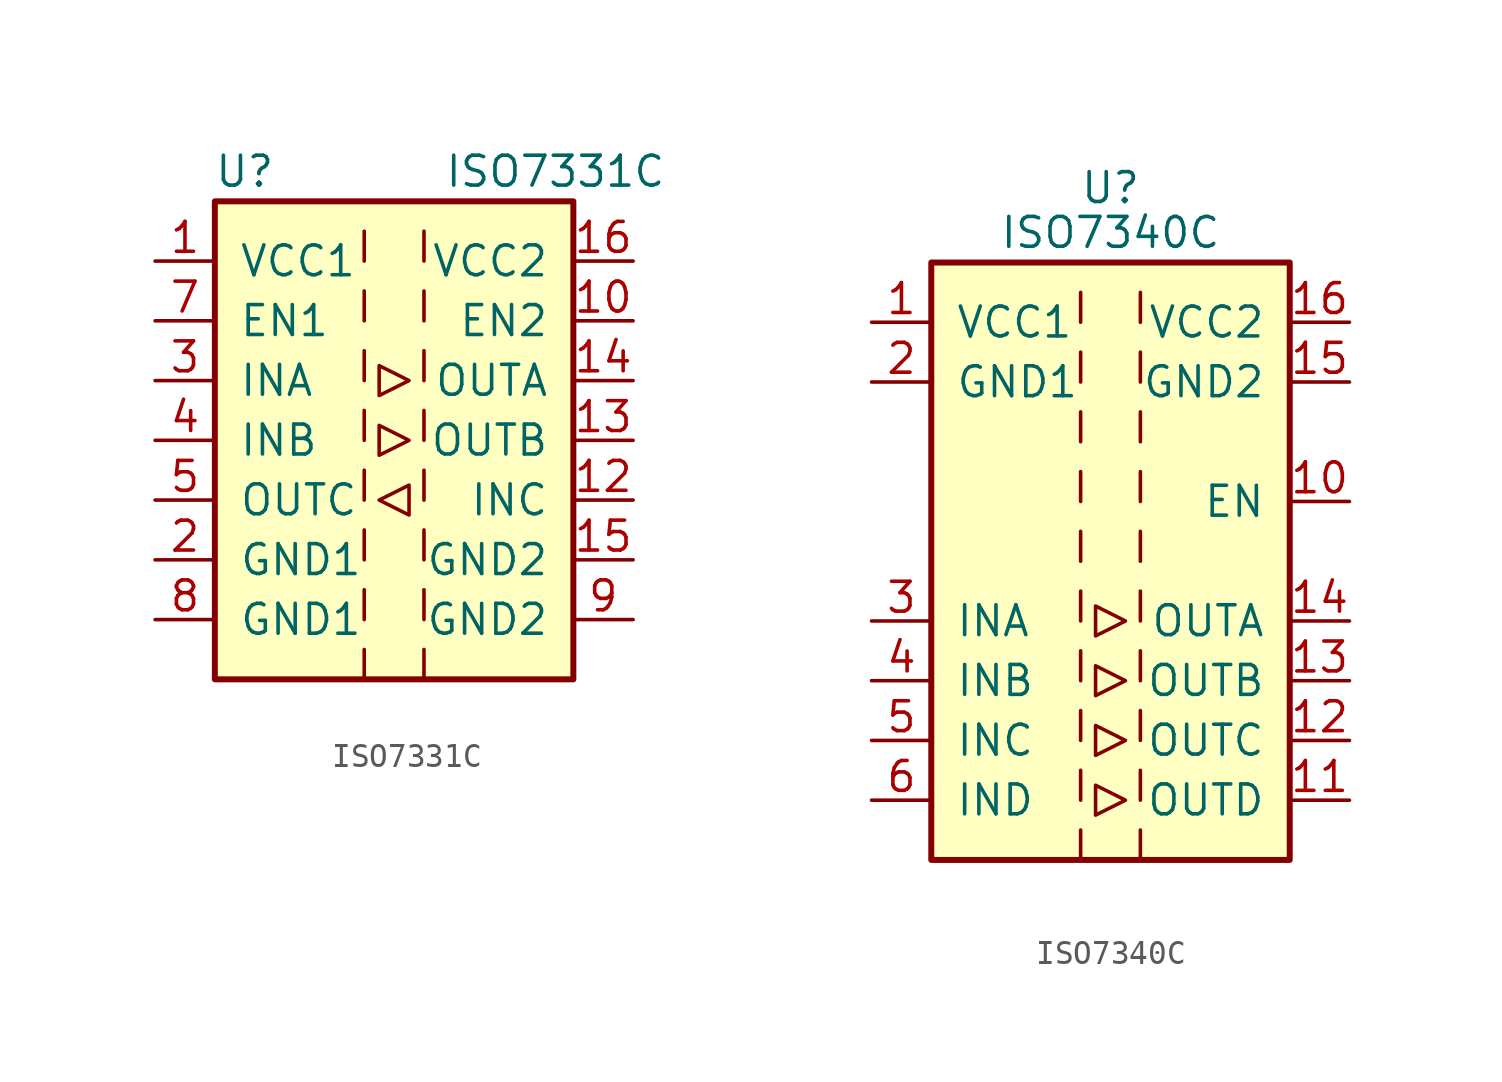
<source format=kicad_sym>
(kicad_symbol_lib
  (version 20201005)
  (generator kicad_symbol_editor)
  (symbol "ISO7331C"
    (pin_names
      (offset 1.016))
    (property "Reference" "U"
      (at -6.35 11.43 0)
      (effects (font (size 1.27 1.27))))
    (property "Value" "ISO7331C"
      (at 6.858 11.43 0)
      (effects (font (size 1.27 1.27))))
    (symbol "ISO7331C_0_1"
      (rectangle (start -7.62 10.16) (end 7.62 -10.16) (stroke (width 0.254)) (fill (type background)))
      (polyline (pts (xy -1.27 -8.89) (xy -1.27 -10.16)) (stroke (width 0)) (fill (type none)))
      (polyline (pts (xy -1.27 -6.35) (xy -1.27 -7.62)) (stroke (width 0)) (fill (type none)))
      (polyline (pts (xy -1.27 -3.81) (xy -1.27 -5.08)) (stroke (width 0)) (fill (type none)))
      (polyline (pts (xy -1.27 -1.27) (xy -1.27 -2.54)) (stroke (width 0)) (fill (type none)))
      (polyline (pts (xy -1.27 1.27) (xy -1.27 0)) (stroke (width 0)) (fill (type none)))
      (polyline (pts (xy -1.27 3.81) (xy -1.27 2.54)) (stroke (width 0)) (fill (type none)))
      (polyline (pts (xy -1.27 6.35) (xy -1.27 5.08)) (stroke (width 0)) (fill (type none)))
      (polyline (pts (xy -1.27 8.89) (xy -1.27 7.62)) (stroke (width 0)) (fill (type none)))
      (polyline (pts (xy 1.27 -8.89) (xy 1.27 -10.16)) (stroke (width 0)) (fill (type none)))
      (polyline (pts (xy 1.27 -6.35) (xy 1.27 -7.62)) (stroke (width 0)) (fill (type none)))
      (polyline (pts (xy 1.27 -3.81) (xy 1.27 -5.08)) (stroke (width 0)) (fill (type none)))
      (polyline (pts (xy 1.27 -1.27) (xy 1.27 -2.54)) (stroke (width 0)) (fill (type none)))
      (polyline (pts (xy 1.27 1.27) (xy 1.27 0)) (stroke (width 0)) (fill (type none)))
      (polyline (pts (xy 1.27 3.81) (xy 1.27 2.54)) (stroke (width 0)) (fill (type none)))
      (polyline (pts (xy 1.27 6.35) (xy 1.27 5.08)) (stroke (width 0)) (fill (type none)))
      (polyline (pts (xy 1.27 8.89) (xy 1.27 7.62)) (stroke (width 0)) (fill (type none)))
      (polyline (pts (xy -0.635 -2.54) (xy 0.635 -1.905) (xy 0.635 -3.175) (xy -0.635 -2.54)) (stroke (width 0)) (fill (type none)))
      (polyline (pts (xy -0.635 0.635) (xy -0.635 -0.635) (xy 0.635 0) (xy -0.635 0.635)) (stroke (width 0)) (fill (type none)))
      (polyline (pts (xy -0.635 3.175) (xy -0.635 1.905) (xy 0.635 2.54) (xy -0.635 3.175)) (stroke (width 0)) (fill (type none))))
    (symbol "ISO7331C_1_1"
      (pin power_in line (at -10.16 7.62 0) (length 2.54) (name "VCC1" (effects (font (size 1.27 1.27)))) (number "1" (effects (font (size 1.27 1.27)))))
      (pin input line (at 10.16 5.08 180) (length 2.54) (name "EN2" (effects (font (size 1.27 1.27)))) (number "10" (effects (font (size 1.27 1.27)))))
      (pin no_connect line (at 0 10.16 270) (length 2.54) hide (name "NC" (effects (font (size 1.27 1.27)))) (number "11" (effects (font (size 1.27 1.27)))))
      (pin input line (at 10.16 -2.54 180) (length 2.54) (name "INC" (effects (font (size 1.27 1.27)))) (number "12" (effects (font (size 1.27 1.27)))))
      (pin output line (at 10.16 0 180) (length 2.54) (name "OUTB" (effects (font (size 1.27 1.27)))) (number "13" (effects (font (size 1.27 1.27)))))
      (pin output line (at 10.16 2.54 180) (length 2.54) (name "OUTA" (effects (font (size 1.27 1.27)))) (number "14" (effects (font (size 1.27 1.27)))))
      (pin power_in line (at 10.16 -5.08 180) (length 2.54) (name "GND2" (effects (font (size 1.27 1.27)))) (number "15" (effects (font (size 1.27 1.27)))))
      (pin power_in line (at 10.16 7.62 180) (length 2.54) (name "VCC2" (effects (font (size 1.27 1.27)))) (number "16" (effects (font (size 1.27 1.27)))))
      (pin power_in line (at -10.16 -5.08 0) (length 2.54) (name "GND1" (effects (font (size 1.27 1.27)))) (number "2" (effects (font (size 1.27 1.27)))))
      (pin input line (at -10.16 2.54 0) (length 2.54) (name "INA" (effects (font (size 1.27 1.27)))) (number "3" (effects (font (size 1.27 1.27)))))
      (pin input line (at -10.16 0 0) (length 2.54) (name "INB" (effects (font (size 1.27 1.27)))) (number "4" (effects (font (size 1.27 1.27)))))
      (pin output line (at -10.16 -2.54 0) (length 2.54) (name "OUTC" (effects (font (size 1.27 1.27)))) (number "5" (effects (font (size 1.27 1.27)))))
      (pin no_connect line (at 0 -10.16 90) (length 2.54) hide (name "NC" (effects (font (size 1.27 1.27)))) (number "6" (effects (font (size 1.27 1.27)))))
      (pin input line (at -10.16 5.08 0) (length 2.54) (name "EN1" (effects (font (size 1.27 1.27)))) (number "7" (effects (font (size 1.27 1.27)))))
      (pin power_in line (at -10.16 -7.62 0) (length 2.54) (name "GND1" (effects (font (size 1.27 1.27)))) (number "8" (effects (font (size 1.27 1.27)))))
      (pin power_in line (at 10.16 -7.62 180) (length 2.54) (name "GND2" (effects (font (size 1.27 1.27)))) (number "9" (effects (font (size 1.27 1.27)))))))
  (symbol "ISO7340C"
    (pin_names
      (offset 1.016))
    (property "Reference" "U"
      (at 0 15.875 0)
      (effects (font (size 1.27 1.27))))
    (property "Value" "ISO7340C"
      (at 0 13.97 0)
      (effects (font (size 1.27 1.27))))
    (symbol "ISO7340C_0_1"
      (rectangle (start -7.62 12.7) (end 7.62 -12.7) (stroke (width 0.254)) (fill (type background)))
      (polyline (pts (xy -1.27 -11.43) (xy -1.27 -12.7)) (stroke (width 0)) (fill (type none)))
      (polyline (pts (xy -1.27 -8.89) (xy -1.27 -10.16)) (stroke (width 0)) (fill (type none)))
      (polyline (pts (xy -1.27 -6.35) (xy -1.27 -7.62)) (stroke (width 0)) (fill (type none)))
      (polyline (pts (xy -1.27 -3.81) (xy -1.27 -5.08)) (stroke (width 0)) (fill (type none)))
      (polyline (pts (xy -1.27 -1.27) (xy -1.27 -2.54)) (stroke (width 0)) (fill (type none)))
      (polyline (pts (xy -1.27 1.27) (xy -1.27 0)) (stroke (width 0)) (fill (type none)))
      (polyline (pts (xy -1.27 3.81) (xy -1.27 2.54)) (stroke (width 0)) (fill (type none)))
      (polyline (pts (xy -1.27 6.35) (xy -1.27 5.08)) (stroke (width 0)) (fill (type none)))
      (polyline (pts (xy -1.27 8.89) (xy -1.27 7.62)) (stroke (width 0)) (fill (type none)))
      (polyline (pts (xy -1.27 11.43) (xy -1.27 10.16)) (stroke (width 0)) (fill (type none)))
      (polyline (pts (xy 1.27 -11.43) (xy 1.27 -12.7)) (stroke (width 0)) (fill (type none)))
      (polyline (pts (xy 1.27 -8.89) (xy 1.27 -10.16)) (stroke (width 0)) (fill (type none)))
      (polyline (pts (xy 1.27 -6.35) (xy 1.27 -7.62)) (stroke (width 0)) (fill (type none)))
      (polyline (pts (xy 1.27 -3.81) (xy 1.27 -5.08)) (stroke (width 0)) (fill (type none)))
      (polyline (pts (xy 1.27 -1.27) (xy 1.27 -2.54)) (stroke (width 0)) (fill (type none)))
      (polyline (pts (xy 1.27 1.27) (xy 1.27 0)) (stroke (width 0)) (fill (type none)))
      (polyline (pts (xy 1.27 3.81) (xy 1.27 2.54)) (stroke (width 0)) (fill (type none)))
      (polyline (pts (xy 1.27 6.35) (xy 1.27 5.08)) (stroke (width 0)) (fill (type none)))
      (polyline (pts (xy 1.27 8.89) (xy 1.27 7.62)) (stroke (width 0)) (fill (type none)))
      (polyline (pts (xy 1.27 11.43) (xy 1.27 10.16)) (stroke (width 0)) (fill (type none)))
      (polyline (pts (xy -0.635 -9.525) (xy -0.635 -10.795) (xy 0.635 -10.16) (xy -0.635 -9.525)) (stroke (width 0)) (fill (type none)))
      (polyline (pts (xy -0.635 -6.985) (xy -0.635 -8.255) (xy 0.635 -7.62) (xy -0.635 -6.985)) (stroke (width 0)) (fill (type none)))
      (polyline (pts (xy -0.635 -4.445) (xy -0.635 -5.715) (xy 0.635 -5.08) (xy -0.635 -4.445)) (stroke (width 0)) (fill (type none)))
      (polyline (pts (xy -0.635 -1.905) (xy -0.635 -3.175) (xy 0.635 -2.54) (xy -0.635 -1.905)) (stroke (width 0)) (fill (type none))))
    (symbol "ISO7340C_1_1"
      (pin power_in line (at -10.16 10.16 0) (length 2.54) (name "VCC1" (effects (font (size 1.27 1.27)))) (number "1" (effects (font (size 1.27 1.27)))))
      (pin input line (at 10.16 2.54 180) (length 2.54) (name "EN" (effects (font (size 1.27 1.27)))) (number "10" (effects (font (size 1.27 1.27)))))
      (pin output line (at 10.16 -10.16 180) (length 2.54) (name "OUTD" (effects (font (size 1.27 1.27)))) (number "11" (effects (font (size 1.27 1.27)))))
      (pin output line (at 10.16 -7.62 180) (length 2.54) (name "OUTC" (effects (font (size 1.27 1.27)))) (number "12" (effects (font (size 1.27 1.27)))))
      (pin output line (at 10.16 -5.08 180) (length 2.54) (name "OUTB" (effects (font (size 1.27 1.27)))) (number "13" (effects (font (size 1.27 1.27)))))
      (pin output line (at 10.16 -2.54 180) (length 2.54) (name "OUTA" (effects (font (size 1.27 1.27)))) (number "14" (effects (font (size 1.27 1.27)))))
      (pin power_in line (at 10.16 7.62 180) (length 2.54) (name "GND2" (effects (font (size 1.27 1.27)))) (number "15" (effects (font (size 1.27 1.27)))))
      (pin power_in line (at 10.16 10.16 180) (length 2.54) (name "VCC2" (effects (font (size 1.27 1.27)))) (number "16" (effects (font (size 1.27 1.27)))))
      (pin power_in line (at -10.16 7.62 0) (length 2.54) (name "GND1" (effects (font (size 1.27 1.27)))) (number "2" (effects (font (size 1.27 1.27)))))
      (pin input line (at -10.16 -2.54 0) (length 2.54) (name "INA" (effects (font (size 1.27 1.27)))) (number "3" (effects (font (size 1.27 1.27)))))
      (pin input line (at -10.16 -5.08 0) (length 2.54) (name "INB" (effects (font (size 1.27 1.27)))) (number "4" (effects (font (size 1.27 1.27)))))
      (pin input line (at -10.16 -7.62 0) (length 2.54) (name "INC" (effects (font (size 1.27 1.27)))) (number "5" (effects (font (size 1.27 1.27)))))
      (pin input line (at -10.16 -10.16 0) (length 2.54) (name "IND" (effects (font (size 1.27 1.27)))) (number "6" (effects (font (size 1.27 1.27)))))
      (pin passive line (at -10.16 7.62 0) (length 2.54) hide (name "GND1" (effects (font (size 1.27 1.27)))) (number "8" (effects (font (size 1.27 1.27)))))
      (pin passive line (at 10.16 7.62 180) (length 2.54) hide (name "GND2" (effects (font (size 1.27 1.27)))) (number "9" (effects (font (size 1.27 1.27))))))))
</source>
